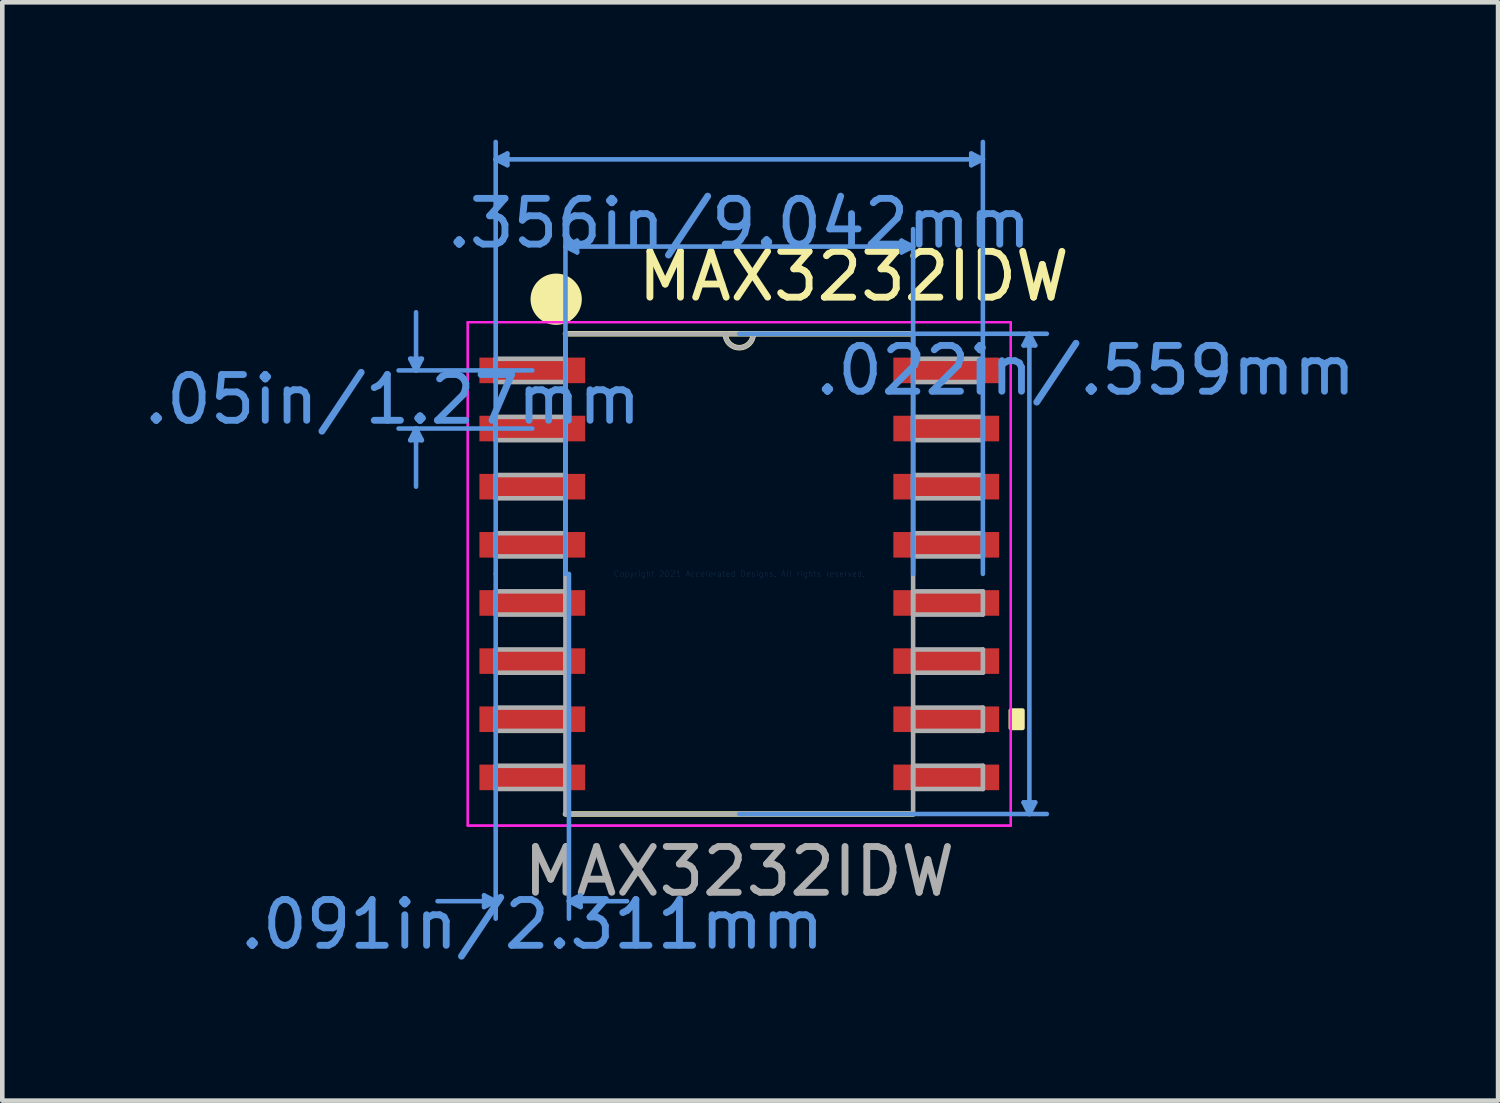
<source format=kicad_pcb>
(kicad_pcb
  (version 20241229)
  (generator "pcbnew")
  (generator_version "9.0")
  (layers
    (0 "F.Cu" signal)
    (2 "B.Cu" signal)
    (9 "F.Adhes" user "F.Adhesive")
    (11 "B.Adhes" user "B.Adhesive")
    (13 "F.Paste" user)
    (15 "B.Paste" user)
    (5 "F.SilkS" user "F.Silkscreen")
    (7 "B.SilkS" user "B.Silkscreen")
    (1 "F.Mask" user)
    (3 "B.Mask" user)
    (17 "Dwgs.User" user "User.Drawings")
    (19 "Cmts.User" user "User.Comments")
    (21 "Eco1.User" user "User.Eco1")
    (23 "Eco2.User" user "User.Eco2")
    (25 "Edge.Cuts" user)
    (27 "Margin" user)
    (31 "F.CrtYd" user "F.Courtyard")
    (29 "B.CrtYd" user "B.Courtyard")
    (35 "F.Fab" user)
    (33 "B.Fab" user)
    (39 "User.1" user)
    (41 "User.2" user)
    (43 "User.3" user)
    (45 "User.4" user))
  (footprint "MAX3232IDW"
    (layer "F.Cu")
    (at 13.099 9.486)
    (property "Reference" "MAX3232IDW" (at 2.5 -6.5 0) (layer "F.SilkS") (effects (font (size 1 1) (thickness 0.15))))
    (attr through_hole)
    (fp_line (start -3.797 5.245) (end 3.797 5.245) (stroke (width 0.12) (type solid)) (layer "F.SilkS"))
    (fp_line (start 3.797 -5.245) (end -3.797 -5.245) (stroke (width 0.12) (type solid)) (layer "F.SilkS"))
    (fp_arc (start 0.3048 -5.2451) (mid 0 -4.9403) (end -0.3048 -5.2451) (stroke (width 0.12) (type solid)) (layer "F.SilkS"))
    (fp_circle (center -4 -6) (end -3.5 -6) (stroke (width 0.12) (type solid)) (fill yes) (layer "F.SilkS"))
    (fp_poly (pts (xy 6.185 2.985) (xy 6.185 3.365) (xy 5.931 3.365) (xy 5.931 2.985)) (stroke (width 0.1) (type solid)) (fill yes) (layer "F.SilkS"))
    (fp_line (start -7.188 -4.699) (end -6.934 -4.699) (stroke (width 0.1) (type solid)) (layer "Cmts.User"))
    (fp_line (start -7.188 -2.921) (end -6.934 -2.921) (stroke (width 0.1) (type solid)) (layer "Cmts.User"))
    (fp_line (start -7.061 -4.445) (end -7.188 -4.699) (stroke (width 0.1) (type solid)) (layer "Cmts.User"))
    (fp_line (start -7.061 -4.445) (end -7.061 -5.715) (stroke (width 0.1) (type solid)) (layer "Cmts.User"))
    (fp_line (start -7.061 -4.445) (end -6.934 -4.699) (stroke (width 0.1) (type solid)) (layer "Cmts.User"))
    (fp_line (start -7.061 -3.175) (end -7.188 -2.921) (stroke (width 0.1) (type solid)) (layer "Cmts.User"))
    (fp_line (start -7.061 -3.175) (end -7.061 -1.905) (stroke (width 0.1) (type solid)) (layer "Cmts.User"))
    (fp_line (start -7.061 -3.175) (end -6.934 -2.921) (stroke (width 0.1) (type solid)) (layer "Cmts.User"))
    (fp_line (start -5.575 7.023) (end -5.575 7.277) (stroke (width 0.1) (type solid)) (layer "Cmts.User"))
    (fp_line (start -5.321 -9.055) (end -5.067 -9.182) (stroke (width 0.1) (type solid)) (layer "Cmts.User"))
    (fp_line (start -5.321 -9.055) (end -5.067 -8.928) (stroke (width 0.1) (type solid)) (layer "Cmts.User"))
    (fp_line (start -5.321 -9.055) (end 5.321 -9.055) (stroke (width 0.1) (type solid)) (layer "Cmts.User"))
    (fp_line (start -5.321 0) (end -5.321 -9.436) (stroke (width 0.1) (type solid)) (layer "Cmts.User"))
    (fp_line (start -5.321 0) (end -5.321 7.531) (stroke (width 0.1) (type solid)) (layer "Cmts.User"))
    (fp_line (start -5.321 7.15) (end -6.591 7.15) (stroke (width 0.1) (type solid)) (layer "Cmts.User"))
    (fp_line (start -5.321 7.15) (end -5.575 7.023) (stroke (width 0.1) (type solid)) (layer "Cmts.User"))
    (fp_line (start -5.321 7.15) (end -5.575 7.277) (stroke (width 0.1) (type solid)) (layer "Cmts.User"))
    (fp_line (start -5.067 -9.182) (end -5.067 -8.928) (stroke (width 0.1) (type solid)) (layer "Cmts.User"))
    (fp_line (start -4.521 -4.445) (end -7.442 -4.445) (stroke (width 0.1) (type solid)) (layer "Cmts.User"))
    (fp_line (start -4.521 -3.175) (end -7.442 -3.175) (stroke (width 0.1) (type solid)) (layer "Cmts.User"))
    (fp_line (start -3.797 -7.15) (end -3.543 -7.277) (stroke (width 0.1) (type solid)) (layer "Cmts.User"))
    (fp_line (start -3.797 -7.15) (end -3.543 -7.023) (stroke (width 0.1) (type solid)) (layer "Cmts.User"))
    (fp_line (start -3.797 -7.15) (end 3.797 -7.15) (stroke (width 0.1) (type solid)) (layer "Cmts.User"))
    (fp_line (start -3.797 0) (end -3.797 -7.531) (stroke (width 0.1) (type solid)) (layer "Cmts.User"))
    (fp_line (start -3.721 0) (end -3.721 7.531) (stroke (width 0.1) (type solid)) (layer "Cmts.User"))
    (fp_line (start -3.721 7.15) (end -3.467 7.023) (stroke (width 0.1) (type solid)) (layer "Cmts.User"))
    (fp_line (start -3.721 7.15) (end -3.467 7.277) (stroke (width 0.1) (type solid)) (layer "Cmts.User"))
    (fp_line (start -3.721 7.15) (end -2.451 7.15) (stroke (width 0.1) (type solid)) (layer "Cmts.User"))
    (fp_line (start -3.543 -7.277) (end -3.543 -7.023) (stroke (width 0.1) (type solid)) (layer "Cmts.User"))
    (fp_line (start -3.467 7.023) (end -3.467 7.277) (stroke (width 0.1) (type solid)) (layer "Cmts.User"))
    (fp_line (start 0 -5.245) (end 6.718 -5.245) (stroke (width 0.1) (type solid)) (layer "Cmts.User"))
    (fp_line (start 0 5.245) (end 6.718 5.245) (stroke (width 0.1) (type solid)) (layer "Cmts.User"))
    (fp_line (start 3.543 -7.277) (end 3.543 -7.023) (stroke (width 0.1) (type solid)) (layer "Cmts.User"))
    (fp_line (start 3.797 -7.15) (end 3.543 -7.277) (stroke (width 0.1) (type solid)) (layer "Cmts.User"))
    (fp_line (start 3.797 -7.15) (end 3.543 -7.023) (stroke (width 0.1) (type solid)) (layer "Cmts.User"))
    (fp_line (start 3.797 0) (end 3.797 -7.531) (stroke (width 0.1) (type solid)) (layer "Cmts.User"))
    (fp_line (start 5.067 -9.182) (end 5.067 -8.928) (stroke (width 0.1) (type solid)) (layer "Cmts.User"))
    (fp_line (start 5.321 -9.055) (end 5.067 -9.182) (stroke (width 0.1) (type solid)) (layer "Cmts.User"))
    (fp_line (start 5.321 -9.055) (end 5.067 -8.928) (stroke (width 0.1) (type solid)) (layer "Cmts.User"))
    (fp_line (start 5.321 0) (end 5.321 -9.436) (stroke (width 0.1) (type solid)) (layer "Cmts.User"))
    (fp_line (start 6.21 -4.991) (end 6.464 -4.991) (stroke (width 0.1) (type solid)) (layer "Cmts.User"))
    (fp_line (start 6.21 4.991) (end 6.464 4.991) (stroke (width 0.1) (type solid)) (layer "Cmts.User"))
    (fp_line (start 6.337 -5.245) (end 6.21 -4.991) (stroke (width 0.1) (type solid)) (layer "Cmts.User"))
    (fp_line (start 6.337 -5.245) (end 6.337 5.245) (stroke (width 0.1) (type solid)) (layer "Cmts.User"))
    (fp_line (start 6.337 -5.245) (end 6.464 -4.991) (stroke (width 0.1) (type solid)) (layer "Cmts.User"))
    (fp_line (start 6.337 5.245) (end 6.21 4.991) (stroke (width 0.1) (type solid)) (layer "Cmts.User"))
    (fp_line (start 6.337 5.245) (end 6.464 4.991) (stroke (width 0.1) (type solid)) (layer "Cmts.User"))
    (fp_line (start -5.931 -5.499) (end 5.931 -5.499) (stroke (width 0.05) (type solid)) (layer "F.CrtYd"))
    (fp_line (start -5.931 -5.499) (end 5.931 -5.499) (stroke (width 0.05) (type solid)) (layer "F.CrtYd"))
    (fp_line (start -5.931 5.499) (end -5.931 -5.499) (stroke (width 0.05) (type solid)) (layer "F.CrtYd"))
    (fp_line (start -5.931 5.499) (end -5.931 -5.499) (stroke (width 0.05) (type solid)) (layer "F.CrtYd"))
    (fp_line (start 5.931 -5.499) (end 5.931 5.499) (stroke (width 0.05) (type solid)) (layer "F.CrtYd"))
    (fp_line (start 5.931 -5.499) (end 5.931 5.499) (stroke (width 0.05) (type solid)) (layer "F.CrtYd"))
    (fp_line (start 5.931 5.499) (end -5.931 5.499) (stroke (width 0.05) (type solid)) (layer "F.CrtYd"))
    (fp_line (start 5.931 5.499) (end -5.931 5.499) (stroke (width 0.05) (type solid)) (layer "F.CrtYd"))
    (fp_line (start -5.321 -4.699) (end -5.321 -4.191) (stroke (width 0.1) (type solid)) (layer "F.Fab"))
    (fp_line (start -5.321 -4.191) (end -3.797 -4.191) (stroke (width 0.1) (type solid)) (layer "F.Fab"))
    (fp_line (start -5.321 -3.429) (end -5.321 -2.921) (stroke (width 0.1) (type solid)) (layer "F.Fab"))
    (fp_line (start -5.321 -2.921) (end -3.797 -2.921) (stroke (width 0.1) (type solid)) (layer "F.Fab"))
    (fp_line (start -5.321 -2.159) (end -5.321 -1.651) (stroke (width 0.1) (type solid)) (layer "F.Fab"))
    (fp_line (start -5.321 -1.651) (end -3.797 -1.651) (stroke (width 0.1) (type solid)) (layer "F.Fab"))
    (fp_line (start -5.321 -0.889) (end -5.321 -0.381) (stroke (width 0.1) (type solid)) (layer "F.Fab"))
    (fp_line (start -5.321 -0.381) (end -3.797 -0.381) (stroke (width 0.1) (type solid)) (layer "F.Fab"))
    (fp_line (start -5.321 0.381) (end -5.321 0.889) (stroke (width 0.1) (type solid)) (layer "F.Fab"))
    (fp_line (start -5.321 0.889) (end -3.797 0.889) (stroke (width 0.1) (type solid)) (layer "F.Fab"))
    (fp_line (start -5.321 1.651) (end -5.321 2.159) (stroke (width 0.1) (type solid)) (layer "F.Fab"))
    (fp_line (start -5.321 2.159) (end -3.797 2.159) (stroke (width 0.1) (type solid)) (layer "F.Fab"))
    (fp_line (start -5.321 2.921) (end -5.321 3.429) (stroke (width 0.1) (type solid)) (layer "F.Fab"))
    (fp_line (start -5.321 3.429) (end -3.797 3.429) (stroke (width 0.1) (type solid)) (layer "F.Fab"))
    (fp_line (start -5.321 4.191) (end -5.321 4.699) (stroke (width 0.1) (type solid)) (layer "F.Fab"))
    (fp_line (start -5.321 4.699) (end -3.797 4.699) (stroke (width 0.1) (type solid)) (layer "F.Fab"))
    (fp_line (start -3.797 -5.245) (end -3.797 5.245) (stroke (width 0.1) (type solid)) (layer "F.Fab"))
    (fp_line (start -3.797 -4.699) (end -5.321 -4.699) (stroke (width 0.1) (type solid)) (layer "F.Fab"))
    (fp_line (start -3.797 -4.191) (end -3.797 -4.699) (stroke (width 0.1) (type solid)) (layer "F.Fab"))
    (fp_line (start -3.797 -3.429) (end -5.321 -3.429) (stroke (width 0.1) (type solid)) (layer "F.Fab"))
    (fp_line (start -3.797 -2.921) (end -3.797 -3.429) (stroke (width 0.1) (type solid)) (layer "F.Fab"))
    (fp_line (start -3.797 -2.159) (end -5.321 -2.159) (stroke (width 0.1) (type solid)) (layer "F.Fab"))
    (fp_line (start -3.797 -1.651) (end -3.797 -2.159) (stroke (width 0.1) (type solid)) (layer "F.Fab"))
    (fp_line (start -3.797 -0.889) (end -5.321 -0.889) (stroke (width 0.1) (type solid)) (layer "F.Fab"))
    (fp_line (start -3.797 -0.381) (end -3.797 -0.889) (stroke (width 0.1) (type solid)) (layer "F.Fab"))
    (fp_line (start -3.797 0.381) (end -5.321 0.381) (stroke (width 0.1) (type solid)) (layer "F.Fab"))
    (fp_line (start -3.797 0.889) (end -3.797 0.381) (stroke (width 0.1) (type solid)) (layer "F.Fab"))
    (fp_line (start -3.797 1.651) (end -5.321 1.651) (stroke (width 0.1) (type solid)) (layer "F.Fab"))
    (fp_line (start -3.797 2.159) (end -3.797 1.651) (stroke (width 0.1) (type solid)) (layer "F.Fab"))
    (fp_line (start -3.797 2.921) (end -5.321 2.921) (stroke (width 0.1) (type solid)) (layer "F.Fab"))
    (fp_line (start -3.797 3.429) (end -3.797 2.921) (stroke (width 0.1) (type solid)) (layer "F.Fab"))
    (fp_line (start -3.797 4.191) (end -5.321 4.191) (stroke (width 0.1) (type solid)) (layer "F.Fab"))
    (fp_line (start -3.797 4.699) (end -3.797 4.191) (stroke (width 0.1) (type solid)) (layer "F.Fab"))
    (fp_line (start -3.797 5.245) (end 3.797 5.245) (stroke (width 0.1) (type solid)) (layer "F.Fab"))
    (fp_line (start 3.797 -5.245) (end -3.797 -5.245) (stroke (width 0.1) (type solid)) (layer "F.Fab"))
    (fp_line (start 3.797 -4.699) (end 3.797 -4.191) (stroke (width 0.1) (type solid)) (layer "F.Fab"))
    (fp_line (start 3.797 -4.191) (end 5.321 -4.191) (stroke (width 0.1) (type solid)) (layer "F.Fab"))
    (fp_line (start 3.797 -3.429) (end 3.797 -2.921) (stroke (width 0.1) (type solid)) (layer "F.Fab"))
    (fp_line (start 3.797 -2.921) (end 5.321 -2.921) (stroke (width 0.1) (type solid)) (layer "F.Fab"))
    (fp_line (start 3.797 -2.159) (end 3.797 -1.651) (stroke (width 0.1) (type solid)) (layer "F.Fab"))
    (fp_line (start 3.797 -1.651) (end 5.321 -1.651) (stroke (width 0.1) (type solid)) (layer "F.Fab"))
    (fp_line (start 3.797 -0.889) (end 3.797 -0.381) (stroke (width 0.1) (type solid)) (layer "F.Fab"))
    (fp_line (start 3.797 -0.381) (end 5.321 -0.381) (stroke (width 0.1) (type solid)) (layer "F.Fab"))
    (fp_line (start 3.797 0.381) (end 3.797 0.889) (stroke (width 0.1) (type solid)) (layer "F.Fab"))
    (fp_line (start 3.797 0.889) (end 5.321 0.889) (stroke (width 0.1) (type solid)) (layer "F.Fab"))
    (fp_line (start 3.797 1.651) (end 3.797 2.159) (stroke (width 0.1) (type solid)) (layer "F.Fab"))
    (fp_line (start 3.797 2.159) (end 5.321 2.159) (stroke (width 0.1) (type solid)) (layer "F.Fab"))
    (fp_line (start 3.797 2.921) (end 3.797 3.429) (stroke (width 0.1) (type solid)) (layer "F.Fab"))
    (fp_line (start 3.797 3.429) (end 5.321 3.429) (stroke (width 0.1) (type solid)) (layer "F.Fab"))
    (fp_line (start 3.797 4.191) (end 3.797 4.699) (stroke (width 0.1) (type solid)) (layer "F.Fab"))
    (fp_line (start 3.797 4.699) (end 5.321 4.699) (stroke (width 0.1) (type solid)) (layer "F.Fab"))
    (fp_line (start 3.797 5.245) (end 3.797 -5.245) (stroke (width 0.1) (type solid)) (layer "F.Fab"))
    (fp_line (start 5.321 -4.699) (end 3.797 -4.699) (stroke (width 0.1) (type solid)) (layer "F.Fab"))
    (fp_line (start 5.321 -4.191) (end 5.321 -4.699) (stroke (width 0.1) (type solid)) (layer "F.Fab"))
    (fp_line (start 5.321 -3.429) (end 3.797 -3.429) (stroke (width 0.1) (type solid)) (layer "F.Fab"))
    (fp_line (start 5.321 -2.921) (end 5.321 -3.429) (stroke (width 0.1) (type solid)) (layer "F.Fab"))
    (fp_line (start 5.321 -2.159) (end 3.797 -2.159) (stroke (width 0.1) (type solid)) (layer "F.Fab"))
    (fp_line (start 5.321 -1.651) (end 5.321 -2.159) (stroke (width 0.1) (type solid)) (layer "F.Fab"))
    (fp_line (start 5.321 -0.889) (end 3.797 -0.889) (stroke (width 0.1) (type solid)) (layer "F.Fab"))
    (fp_line (start 5.321 -0.381) (end 5.321 -0.889) (stroke (width 0.1) (type solid)) (layer "F.Fab"))
    (fp_line (start 5.321 0.381) (end 3.797 0.381) (stroke (width 0.1) (type solid)) (layer "F.Fab"))
    (fp_line (start 5.321 0.889) (end 5.321 0.381) (stroke (width 0.1) (type solid)) (layer "F.Fab"))
    (fp_line (start 5.321 1.651) (end 3.797 1.651) (stroke (width 0.1) (type solid)) (layer "F.Fab"))
    (fp_line (start 5.321 2.159) (end 5.321 1.651) (stroke (width 0.1) (type solid)) (layer "F.Fab"))
    (fp_line (start 5.321 2.921) (end 3.797 2.921) (stroke (width 0.1) (type solid)) (layer "F.Fab"))
    (fp_line (start 5.321 3.429) (end 5.321 2.921) (stroke (width 0.1) (type solid)) (layer "F.Fab"))
    (fp_line (start 5.321 4.191) (end 3.797 4.191) (stroke (width 0.1) (type solid)) (layer "F.Fab"))
    (fp_line (start 5.321 4.699) (end 5.321 4.191) (stroke (width 0.1) (type solid)) (layer "F.Fab"))
    (fp_arc (start 0.3048 -5.2451) (mid 0 -4.9403) (end -0.3048 -5.2451) (stroke (width 0.1) (type solid)) (layer "F.Fab"))
    (fp_text user ".091in/2.311mm" (at -4.521 7.658 0) (layer "Cmts.User") (effects (font (size 1 1) (thickness 0.15))))
    (fp_text user ".356in/9.042mm" (at 0 -7.658 0) (layer "Cmts.User") (effects (font (size 1 1) (thickness 0.15))))
    (fp_text user "Copyright 2021 Accelerated Designs. All rights reserved." (at 0 0 0) (layer "Cmts.User") (effects (font (size 0.127 0.127) (thickness 0.002))))
    (fp_text user ".022in/.559mm" (at 7.569 -4.445 0) (layer "Cmts.User") (effects (font (size 1 1) (thickness 0.15))))
    (fp_text user ".05in/1.27mm" (at -7.569 -3.81 0) (layer "Cmts.User") (effects (font (size 1 1) (thickness 0.15))))
    (fp_text user "${REFERENCE}" (at 0 6.5 0) (layer "F.Fab") (effects (font (size 1 1) (thickness 0.15))))
    (pad "1" smd rect (at -4.521 -4.445) (size 2.311 0.559) (layers "F.Cu" "F.Mask" "F.Paste"))
    (pad "2" smd rect (at -4.521 -3.175) (size 2.311 0.559) (layers "F.Cu" "F.Mask" "F.Paste"))
    (pad "3" smd rect (at -4.521 -1.905) (size 2.311 0.559) (layers "F.Cu" "F.Mask" "F.Paste"))
    (pad "4" smd rect (at -4.521 -0.635) (size 2.311 0.559) (layers "F.Cu" "F.Mask" "F.Paste"))
    (pad "5" smd rect (at -4.521 0.635) (size 2.311 0.559) (layers "F.Cu" "F.Mask" "F.Paste"))
    (pad "6" smd rect (at -4.521 1.905) (size 2.311 0.559) (layers "F.Cu" "F.Mask" "F.Paste"))
    (pad "7" smd rect (at -4.521 3.175) (size 2.311 0.559) (layers "F.Cu" "F.Mask" "F.Paste"))
    (pad "8" smd rect (at -4.521 4.445) (size 2.311 0.559) (layers "F.Cu" "F.Mask" "F.Paste"))
    (pad "9" smd rect (at 4.521 4.445) (size 2.311 0.559) (layers "F.Cu" "F.Mask" "F.Paste"))
    (pad "10" smd rect (at 4.521 3.175) (size 2.311 0.559) (layers "F.Cu" "F.Mask" "F.Paste"))
    (pad "11" smd rect (at 4.521 1.905) (size 2.311 0.559) (layers "F.Cu" "F.Mask" "F.Paste"))
    (pad "12" smd rect (at 4.521 0.635) (size 2.311 0.559) (layers "F.Cu" "F.Mask" "F.Paste"))
    (pad "13" smd rect (at 4.521 -0.635) (size 2.311 0.559) (layers "F.Cu" "F.Mask" "F.Paste"))
    (pad "14" smd rect (at 4.521 -1.905) (size 2.311 0.559) (layers "F.Cu" "F.Mask" "F.Paste"))
    (pad "15" smd rect (at 4.521 -3.175) (size 2.311 0.559) (layers "F.Cu" "F.Mask" "F.Paste"))
    (pad "16" smd rect (at 4.521 -4.445) (size 2.311 0.559) (layers "F.Cu" "F.Mask" "F.Paste")))
  (gr_rect
    (start -3 -3)
    (end 29.674 20.992)
    (stroke (width 0.1) (type default))
    (fill no)
    (layer "Edge.Cuts")))
</source>
